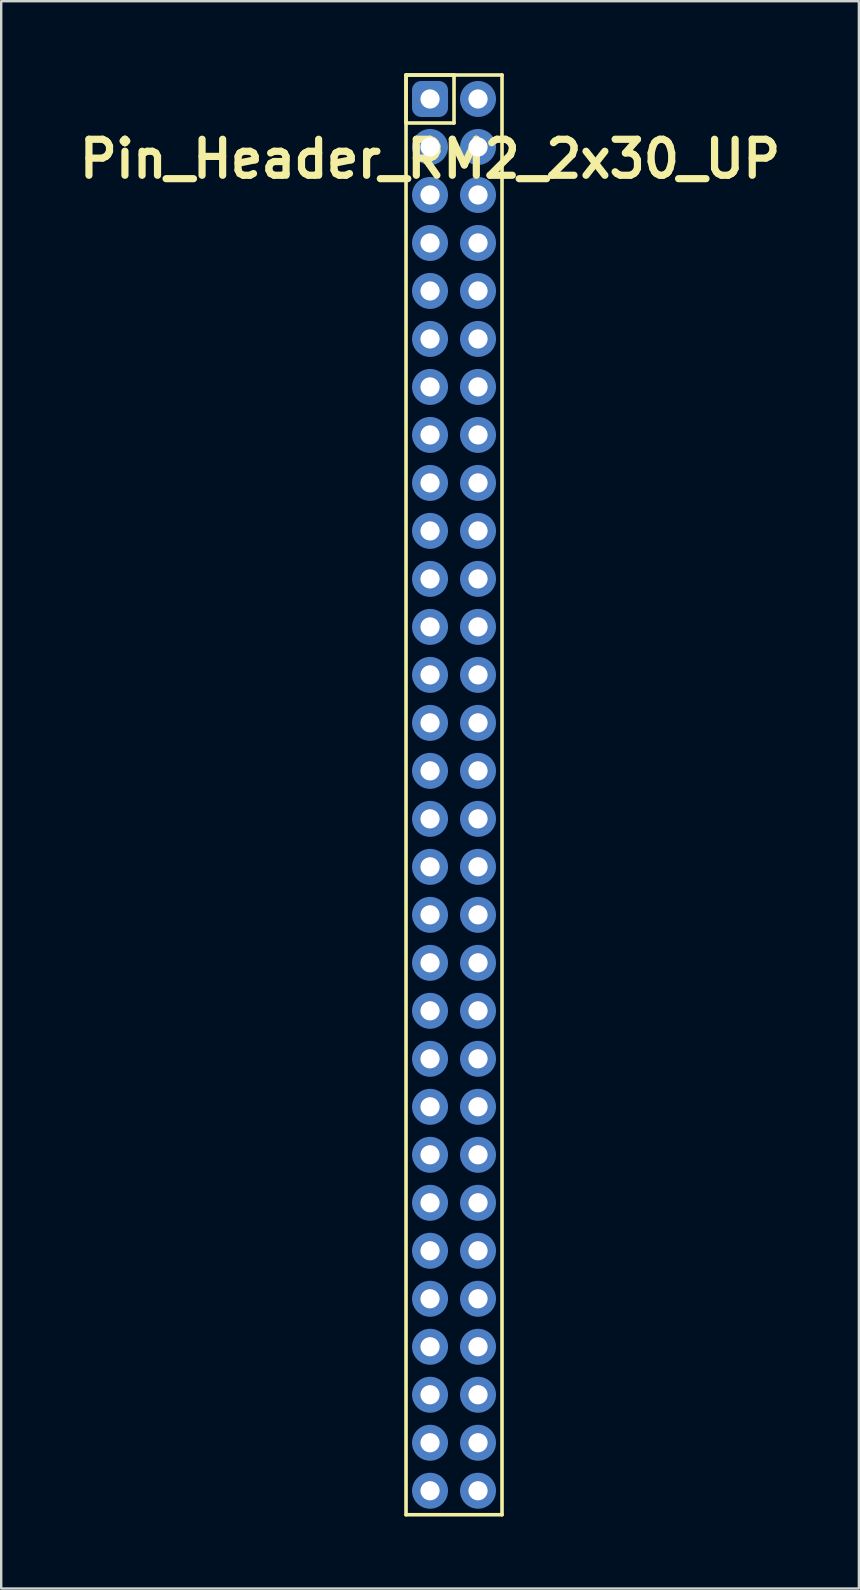
<source format=kicad_pcb>
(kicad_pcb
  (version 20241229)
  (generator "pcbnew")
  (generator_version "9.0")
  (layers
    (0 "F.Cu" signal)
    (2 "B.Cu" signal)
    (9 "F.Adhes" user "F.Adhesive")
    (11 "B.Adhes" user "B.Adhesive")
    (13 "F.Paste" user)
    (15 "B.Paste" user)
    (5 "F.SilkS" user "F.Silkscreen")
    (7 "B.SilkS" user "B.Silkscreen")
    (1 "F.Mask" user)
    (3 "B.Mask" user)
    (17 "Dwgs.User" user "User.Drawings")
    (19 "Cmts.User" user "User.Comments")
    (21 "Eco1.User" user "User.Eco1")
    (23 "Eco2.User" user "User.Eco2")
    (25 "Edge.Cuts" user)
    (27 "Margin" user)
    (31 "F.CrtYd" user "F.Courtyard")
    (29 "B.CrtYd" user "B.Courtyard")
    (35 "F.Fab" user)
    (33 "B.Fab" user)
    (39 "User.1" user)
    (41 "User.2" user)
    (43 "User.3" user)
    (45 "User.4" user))
  (footprint "Pin_Header_RM2_2x30_UP"
    (layer "F.Cu")
    (at 14.871 1.075)
    (property "Reference" "Pin_Header_RM2_2x30_UP" (at 0 2.5 0) (layer "F.SilkS") (effects (font (size 1.5 1.5) (thickness 0.3))))
    (attr through_hole)
    (fp_line (start -1 -1) (end 1 -1) (stroke (width 0.15) (type solid)) (layer "F.SilkS"))
    (fp_line (start -1 -1) (end 3 -1) (stroke (width 0.15) (type solid)) (layer "F.SilkS"))
    (fp_line (start -1 1) (end -1 -1) (stroke (width 0.15) (type solid)) (layer "F.SilkS"))
    (fp_line (start -1 59) (end -1 -1) (stroke (width 0.15) (type solid)) (layer "F.SilkS"))
    (fp_line (start 1 -1) (end 1 1) (stroke (width 0.15) (type solid)) (layer "F.SilkS"))
    (fp_line (start 1 1) (end -1 1) (stroke (width 0.15) (type solid)) (layer "F.SilkS"))
    (fp_line (start 3 -1) (end 3 59) (stroke (width 0.15) (type solid)) (layer "F.SilkS"))
    (fp_line (start 3 59) (end -1 59) (stroke (width 0.15) (type solid)) (layer "F.SilkS"))
    (pad "1" thru_hole circle (at 0 0) (size 1.1 1.1) (drill 0.8) (layers "*.Cu" "*.Mask"))
    (pad "1" smd roundrect (at 0 0) (size 1.25 1.25) (layers "F.Cu" "F.Mask") (roundrect_rratio 0.25))
    (pad "1" smd roundrect (at 0 0) (size 1.5 1.5) (layers "B.Cu" "B.Mask") (roundrect_rratio 0.25))
    (pad "2" thru_hole circle (at 2 0) (size 1.1 1.1) (drill 0.8) (layers "*.Cu" "*.Mask"))
    (pad "2" smd circle (at 2 0) (size 1.25 1.25) (layers "F.Cu" "F.Mask"))
    (pad "2" smd circle (at 2 0) (size 1.5 1.5) (layers "B.Cu" "B.Mask"))
    (pad "3" thru_hole circle (at 0 2) (size 1.1 1.1) (drill 0.8) (layers "*.Cu" "*.Mask"))
    (pad "3" smd circle (at 0 2) (size 1.25 1.25) (layers "F.Cu" "F.Mask"))
    (pad "3" smd circle (at 0 2) (size 1.5 1.5) (layers "B.Cu" "B.Mask"))
    (pad "4" thru_hole circle (at 2 2) (size 1.1 1.1) (drill 0.8) (layers "*.Cu" "*.Mask"))
    (pad "4" smd circle (at 2 2) (size 1.25 1.25) (layers "F.Cu" "F.Mask"))
    (pad "4" smd circle (at 2 2) (size 1.5 1.5) (layers "B.Cu" "B.Mask"))
    (pad "5" thru_hole circle (at 0 4) (size 1.1 1.1) (drill 0.8) (layers "*.Cu" "*.Mask"))
    (pad "5" smd circle (at 0 4) (size 1.25 1.25) (layers "F.Cu" "F.Mask"))
    (pad "5" smd circle (at 0 4) (size 1.5 1.5) (layers "B.Cu" "B.Mask"))
    (pad "6" thru_hole circle (at 2 4) (size 1.1 1.1) (drill 0.8) (layers "*.Cu" "*.Mask"))
    (pad "6" smd circle (at 2 4) (size 1.25 1.25) (layers "F.Cu" "F.Mask"))
    (pad "6" smd circle (at 2 4) (size 1.5 1.5) (layers "B.Cu" "B.Mask"))
    (pad "7" thru_hole circle (at 0 6) (size 1.1 1.1) (drill 0.8) (layers "*.Cu" "*.Mask"))
    (pad "7" smd circle (at 0 6) (size 1.25 1.25) (layers "F.Cu" "F.Mask"))
    (pad "7" smd circle (at 0 6) (size 1.5 1.5) (layers "B.Cu" "B.Mask"))
    (pad "8" thru_hole circle (at 2 6) (size 1.1 1.1) (drill 0.8) (layers "*.Cu" "*.Mask"))
    (pad "8" smd circle (at 2 6) (size 1.25 1.25) (layers "F.Cu" "F.Mask"))
    (pad "8" smd circle (at 2 6) (size 1.5 1.5) (layers "B.Cu" "B.Mask"))
    (pad "9" thru_hole circle (at 0 8) (size 1.1 1.1) (drill 0.8) (layers "*.Cu" "*.Mask"))
    (pad "9" smd circle (at 0 8) (size 1.25 1.25) (layers "F.Cu" "F.Mask"))
    (pad "9" smd circle (at 0 8) (size 1.5 1.5) (layers "B.Cu" "B.Mask"))
    (pad "10" thru_hole circle (at 2 8) (size 1.1 1.1) (drill 0.8) (layers "*.Cu" "*.Mask"))
    (pad "10" smd circle (at 2 8) (size 1.25 1.25) (layers "F.Cu" "F.Mask"))
    (pad "10" smd circle (at 2 8) (size 1.5 1.5) (layers "B.Cu" "B.Mask"))
    (pad "11" thru_hole circle (at 0 10) (size 1.1 1.1) (drill 0.8) (layers "*.Cu" "*.Mask"))
    (pad "11" smd circle (at 0 10) (size 1.25 1.25) (layers "F.Cu" "F.Mask"))
    (pad "11" smd circle (at 0 10) (size 1.5 1.5) (layers "B.Cu" "B.Mask"))
    (pad "12" thru_hole circle (at 2 10) (size 1.1 1.1) (drill 0.8) (layers "*.Cu" "*.Mask"))
    (pad "12" smd circle (at 2 10) (size 1.25 1.25) (layers "F.Cu" "F.Mask"))
    (pad "12" smd circle (at 2 10) (size 1.5 1.5) (layers "B.Cu" "B.Mask"))
    (pad "13" thru_hole circle (at 0 12) (size 1.1 1.1) (drill 0.8) (layers "*.Cu" "*.Mask"))
    (pad "13" smd circle (at 0 12) (size 1.25 1.25) (layers "F.Cu" "F.Mask"))
    (pad "13" smd circle (at 0 12) (size 1.5 1.5) (layers "B.Cu" "B.Mask"))
    (pad "14" thru_hole circle (at 2 12) (size 1.1 1.1) (drill 0.8) (layers "*.Cu" "*.Mask"))
    (pad "14" smd circle (at 2 12) (size 1.25 1.25) (layers "F.Cu" "F.Mask"))
    (pad "14" smd circle (at 2 12) (size 1.5 1.5) (layers "B.Cu" "B.Mask"))
    (pad "15" thru_hole circle (at 0 14) (size 1.1 1.1) (drill 0.8) (layers "*.Cu" "*.Mask"))
    (pad "15" smd circle (at 0 14) (size 1.25 1.25) (layers "F.Cu" "F.Mask"))
    (pad "15" smd circle (at 0 14) (size 1.5 1.5) (layers "B.Cu" "B.Mask"))
    (pad "16" thru_hole circle (at 2 14) (size 1.1 1.1) (drill 0.8) (layers "*.Cu" "*.Mask"))
    (pad "16" smd circle (at 2 14) (size 1.25 1.25) (layers "F.Cu" "F.Mask"))
    (pad "16" smd circle (at 2 14) (size 1.5 1.5) (layers "B.Cu" "B.Mask"))
    (pad "17" thru_hole circle (at 0 16) (size 1.1 1.1) (drill 0.8) (layers "*.Cu" "*.Mask"))
    (pad "17" smd circle (at 0 16) (size 1.25 1.25) (layers "F.Cu" "F.Mask"))
    (pad "17" smd circle (at 0 16) (size 1.5 1.5) (layers "B.Cu" "B.Mask"))
    (pad "18" thru_hole circle (at 2 16) (size 1.1 1.1) (drill 0.8) (layers "*.Cu" "*.Mask"))
    (pad "18" smd circle (at 2 16) (size 1.25 1.25) (layers "F.Cu" "F.Mask"))
    (pad "18" smd circle (at 2 16) (size 1.5 1.5) (layers "B.Cu" "B.Mask"))
    (pad "19" thru_hole circle (at 0 18) (size 1.1 1.1) (drill 0.8) (layers "*.Cu" "*.Mask"))
    (pad "19" smd circle (at 0 18) (size 1.25 1.25) (layers "F.Cu" "F.Mask"))
    (pad "19" smd circle (at 0 18) (size 1.5 1.5) (layers "B.Cu" "B.Mask"))
    (pad "20" thru_hole circle (at 2 18) (size 1.1 1.1) (drill 0.8) (layers "*.Cu" "*.Mask"))
    (pad "20" smd circle (at 2 18) (size 1.25 1.25) (layers "F.Cu" "F.Mask"))
    (pad "20" smd circle (at 2 18) (size 1.5 1.5) (layers "B.Cu" "B.Mask"))
    (pad "21" thru_hole circle (at 0 20) (size 1.1 1.1) (drill 0.8) (layers "*.Cu" "*.Mask"))
    (pad "21" smd circle (at 0 20) (size 1.25 1.25) (layers "F.Cu" "F.Mask"))
    (pad "21" smd circle (at 0 20) (size 1.5 1.5) (layers "B.Cu" "B.Mask"))
    (pad "22" thru_hole circle (at 2 20) (size 1.1 1.1) (drill 0.8) (layers "*.Cu" "*.Mask"))
    (pad "22" smd circle (at 2 20) (size 1.25 1.25) (layers "F.Cu" "F.Mask"))
    (pad "22" smd circle (at 2 20) (size 1.5 1.5) (layers "B.Cu" "B.Mask"))
    (pad "23" thru_hole circle (at 0 22) (size 1.1 1.1) (drill 0.8) (layers "*.Cu" "*.Mask"))
    (pad "23" smd circle (at 0 22) (size 1.25 1.25) (layers "F.Cu" "F.Mask"))
    (pad "23" smd circle (at 0 22) (size 1.5 1.5) (layers "B.Cu" "B.Mask"))
    (pad "24" thru_hole circle (at 2 22) (size 1.1 1.1) (drill 0.8) (layers "*.Cu" "*.Mask"))
    (pad "24" smd circle (at 2 22) (size 1.25 1.25) (layers "F.Cu" "F.Mask"))
    (pad "24" smd circle (at 2 22) (size 1.5 1.5) (layers "B.Cu" "B.Mask"))
    (pad "25" thru_hole circle (at 0 24) (size 1.1 1.1) (drill 0.8) (layers "*.Cu" "*.Mask"))
    (pad "25" smd circle (at 0 24) (size 1.25 1.25) (layers "F.Cu" "F.Mask"))
    (pad "25" smd circle (at 0 24) (size 1.5 1.5) (layers "B.Cu" "B.Mask"))
    (pad "26" thru_hole circle (at 2 24) (size 1.1 1.1) (drill 0.8) (layers "*.Cu" "*.Mask"))
    (pad "26" smd circle (at 2 24) (size 1.25 1.25) (layers "F.Cu" "F.Mask"))
    (pad "26" smd circle (at 2 24) (size 1.5 1.5) (layers "B.Cu" "B.Mask"))
    (pad "27" thru_hole circle (at 0 26) (size 1.1 1.1) (drill 0.8) (layers "*.Cu" "*.Mask"))
    (pad "27" smd circle (at 0 26) (size 1.25 1.25) (layers "F.Cu" "F.Mask"))
    (pad "27" smd circle (at 0 26) (size 1.5 1.5) (layers "B.Cu" "B.Mask"))
    (pad "28" thru_hole circle (at 2 26) (size 1.1 1.1) (drill 0.8) (layers "*.Cu" "*.Mask"))
    (pad "28" smd circle (at 2 26) (size 1.25 1.25) (layers "F.Cu" "F.Mask"))
    (pad "28" smd circle (at 2 26) (size 1.5 1.5) (layers "B.Cu" "B.Mask"))
    (pad "29" thru_hole circle (at 0 28) (size 1.1 1.1) (drill 0.8) (layers "*.Cu" "*.Mask"))
    (pad "29" smd circle (at 0 28) (size 1.25 1.25) (layers "F.Cu" "F.Mask"))
    (pad "29" smd circle (at 0 28) (size 1.5 1.5) (layers "B.Cu" "B.Mask"))
    (pad "30" thru_hole circle (at 2 28) (size 1.1 1.1) (drill 0.8) (layers "*.Cu" "*.Mask"))
    (pad "30" smd circle (at 2 28) (size 1.25 1.25) (layers "F.Cu" "F.Mask"))
    (pad "30" smd circle (at 2 28) (size 1.5 1.5) (layers "B.Cu" "B.Mask"))
    (pad "31" thru_hole circle (at 0 30) (size 1.1 1.1) (drill 0.8) (layers "*.Cu" "*.Mask"))
    (pad "31" smd circle (at 0 30) (size 1.25 1.25) (layers "F.Cu" "F.Mask"))
    (pad "31" smd circle (at 0 30) (size 1.5 1.5) (layers "B.Cu" "B.Mask"))
    (pad "32" thru_hole circle (at 2 30) (size 1.1 1.1) (drill 0.8) (layers "*.Cu" "*.Mask"))
    (pad "32" smd circle (at 2 30) (size 1.25 1.25) (layers "F.Cu" "F.Mask"))
    (pad "32" smd circle (at 2 30) (size 1.5 1.5) (layers "B.Cu" "B.Mask"))
    (pad "33" thru_hole circle (at 0 32) (size 1.1 1.1) (drill 0.8) (layers "*.Cu" "*.Mask"))
    (pad "33" smd circle (at 0 32) (size 1.25 1.25) (layers "F.Cu" "F.Mask"))
    (pad "33" smd circle (at 0 32) (size 1.5 1.5) (layers "B.Cu" "B.Mask"))
    (pad "34" thru_hole circle (at 2 32) (size 1.1 1.1) (drill 0.8) (layers "*.Cu" "*.Mask"))
    (pad "34" smd circle (at 2 32) (size 1.25 1.25) (layers "F.Cu" "F.Mask"))
    (pad "34" smd circle (at 2 32) (size 1.5 1.5) (layers "B.Cu" "B.Mask"))
    (pad "35" thru_hole circle (at 0 34) (size 1.1 1.1) (drill 0.8) (layers "*.Cu" "*.Mask"))
    (pad "35" smd circle (at 0 34) (size 1.25 1.25) (layers "F.Cu" "F.Mask"))
    (pad "35" smd circle (at 0 34) (size 1.5 1.5) (layers "B.Cu" "B.Mask"))
    (pad "36" thru_hole circle (at 2 34) (size 1.1 1.1) (drill 0.8) (layers "*.Cu" "*.Mask"))
    (pad "36" smd circle (at 2 34) (size 1.25 1.25) (layers "F.Cu" "F.Mask"))
    (pad "36" smd circle (at 2 34) (size 1.5 1.5) (layers "B.Cu" "B.Mask"))
    (pad "37" thru_hole circle (at 0 36) (size 1.1 1.1) (drill 0.8) (layers "*.Cu" "*.Mask"))
    (pad "37" smd circle (at 0 36) (size 1.25 1.25) (layers "F.Cu" "F.Mask"))
    (pad "37" smd circle (at 0 36) (size 1.5 1.5) (layers "B.Cu" "B.Mask"))
    (pad "38" thru_hole circle (at 2 36) (size 1.1 1.1) (drill 0.8) (layers "*.Cu" "*.Mask"))
    (pad "38" smd circle (at 2 36) (size 1.25 1.25) (layers "F.Cu" "F.Mask"))
    (pad "38" smd circle (at 2 36) (size 1.5 1.5) (layers "B.Cu" "B.Mask"))
    (pad "39" thru_hole circle (at 0 38) (size 1.1 1.1) (drill 0.8) (layers "*.Cu" "*.Mask"))
    (pad "39" smd circle (at 0 38) (size 1.25 1.25) (layers "F.Cu" "F.Mask"))
    (pad "39" smd circle (at 0 38) (size 1.5 1.5) (layers "B.Cu" "B.Mask"))
    (pad "40" thru_hole circle (at 2 38) (size 1.1 1.1) (drill 0.8) (layers "*.Cu" "*.Mask"))
    (pad "40" smd circle (at 2 38) (size 1.25 1.25) (layers "F.Cu" "F.Mask"))
    (pad "40" smd circle (at 2 38) (size 1.5 1.5) (layers "B.Cu" "B.Mask"))
    (pad "41" thru_hole circle (at 0 40) (size 1.1 1.1) (drill 0.8) (layers "*.Cu" "*.Mask"))
    (pad "41" smd circle (at 0 40) (size 1.25 1.25) (layers "F.Cu" "F.Mask"))
    (pad "41" smd circle (at 0 40) (size 1.5 1.5) (layers "B.Cu" "B.Mask"))
    (pad "42" thru_hole circle (at 2 40) (size 1.1 1.1) (drill 0.8) (layers "*.Cu" "*.Mask"))
    (pad "42" smd circle (at 2 40) (size 1.25 1.25) (layers "F.Cu" "F.Mask"))
    (pad "42" smd circle (at 2 40) (size 1.5 1.5) (layers "B.Cu" "B.Mask"))
    (pad "43" thru_hole circle (at 0 42) (size 1.1 1.1) (drill 0.8) (layers "*.Cu" "*.Mask"))
    (pad "43" smd circle (at 0 42) (size 1.25 1.25) (layers "F.Cu" "F.Mask"))
    (pad "43" smd circle (at 0 42) (size 1.5 1.5) (layers "B.Cu" "B.Mask"))
    (pad "44" thru_hole circle (at 2 42) (size 1.1 1.1) (drill 0.8) (layers "*.Cu" "*.Mask"))
    (pad "44" smd circle (at 2 42) (size 1.25 1.25) (layers "F.Cu" "F.Mask"))
    (pad "44" smd circle (at 2 42) (size 1.5 1.5) (layers "B.Cu" "B.Mask"))
    (pad "45" thru_hole circle (at 0 44) (size 1.1 1.1) (drill 0.8) (layers "*.Cu" "*.Mask"))
    (pad "45" smd circle (at 0 44) (size 1.25 1.25) (layers "F.Cu" "F.Mask"))
    (pad "45" smd circle (at 0 44) (size 1.5 1.5) (layers "B.Cu" "B.Mask"))
    (pad "46" thru_hole circle (at 2 44) (size 1.1 1.1) (drill 0.8) (layers "*.Cu" "*.Mask"))
    (pad "46" smd circle (at 2 44) (size 1.25 1.25) (layers "F.Cu" "F.Mask"))
    (pad "46" smd circle (at 2 44) (size 1.5 1.5) (layers "B.Cu" "B.Mask"))
    (pad "47" thru_hole circle (at 0 46) (size 1.1 1.1) (drill 0.8) (layers "*.Cu" "*.Mask"))
    (pad "47" smd circle (at 0 46) (size 1.25 1.25) (layers "F.Cu" "F.Mask"))
    (pad "47" smd circle (at 0 46) (size 1.5 1.5) (layers "B.Cu" "B.Mask"))
    (pad "48" thru_hole circle (at 2 46) (size 1.1 1.1) (drill 0.8) (layers "*.Cu" "*.Mask"))
    (pad "48" smd circle (at 2 46) (size 1.25 1.25) (layers "F.Cu" "F.Mask"))
    (pad "48" smd circle (at 2 46) (size 1.5 1.5) (layers "B.Cu" "B.Mask"))
    (pad "49" thru_hole circle (at 0 48) (size 1.1 1.1) (drill 0.8) (layers "*.Cu" "*.Mask"))
    (pad "49" smd circle (at 0 48) (size 1.25 1.25) (layers "F.Cu" "F.Mask"))
    (pad "49" smd circle (at 0 48) (size 1.5 1.5) (layers "B.Cu" "B.Mask"))
    (pad "50" thru_hole circle (at 2 48) (size 1.1 1.1) (drill 0.8) (layers "*.Cu" "*.Mask"))
    (pad "50" smd circle (at 2 48) (size 1.25 1.25) (layers "F.Cu" "F.Mask"))
    (pad "50" smd circle (at 2 48) (size 1.5 1.5) (layers "B.Cu" "B.Mask"))
    (pad "51" thru_hole circle (at 0 50) (size 1.1 1.1) (drill 0.8) (layers "*.Cu" "*.Mask"))
    (pad "51" smd circle (at 0 50) (size 1.25 1.25) (layers "F.Cu" "F.Mask"))
    (pad "51" smd circle (at 0 50) (size 1.5 1.5) (layers "B.Cu" "B.Mask"))
    (pad "52" thru_hole circle (at 2 50) (size 1.1 1.1) (drill 0.8) (layers "*.Cu" "*.Mask"))
    (pad "52" smd circle (at 2 50) (size 1.25 1.25) (layers "F.Cu" "F.Mask"))
    (pad "52" smd circle (at 2 50) (size 1.5 1.5) (layers "B.Cu" "B.Mask"))
    (pad "53" thru_hole circle (at 0 52) (size 1.1 1.1) (drill 0.8) (layers "*.Cu" "*.Mask"))
    (pad "53" smd circle (at 0 52) (size 1.25 1.25) (layers "F.Cu" "F.Mask"))
    (pad "53" smd circle (at 0 52) (size 1.5 1.5) (layers "B.Cu" "B.Mask"))
    (pad "54" thru_hole circle (at 2 52) (size 1.1 1.1) (drill 0.8) (layers "*.Cu" "*.Mask"))
    (pad "54" smd circle (at 2 52) (size 1.25 1.25) (layers "F.Cu" "F.Mask"))
    (pad "54" smd circle (at 2 52) (size 1.5 1.5) (layers "B.Cu" "B.Mask"))
    (pad "55" thru_hole circle (at 0 54) (size 1.1 1.1) (drill 0.8) (layers "*.Cu" "*.Mask"))
    (pad "55" smd circle (at 0 54) (size 1.25 1.25) (layers "F.Cu" "F.Mask"))
    (pad "55" smd circle (at 0 54) (size 1.5 1.5) (layers "B.Cu" "B.Mask"))
    (pad "56" thru_hole circle (at 2 54) (size 1.1 1.1) (drill 0.8) (layers "*.Cu" "*.Mask"))
    (pad "56" smd circle (at 2 54) (size 1.25 1.25) (layers "F.Cu" "F.Mask"))
    (pad "56" smd circle (at 2 54) (size 1.5 1.5) (layers "B.Cu" "B.Mask"))
    (pad "57" thru_hole circle (at 0 56) (size 1.1 1.1) (drill 0.8) (layers "*.Cu" "*.Mask"))
    (pad "57" smd circle (at 0 56) (size 1.25 1.25) (layers "F.Cu" "F.Mask"))
    (pad "57" smd circle (at 0 56) (size 1.5 1.5) (layers "B.Cu" "B.Mask"))
    (pad "58" thru_hole circle (at 2 56) (size 1.1 1.1) (drill 0.8) (layers "*.Cu" "*.Mask"))
    (pad "58" smd circle (at 2 56) (size 1.25 1.25) (layers "F.Cu" "F.Mask"))
    (pad "58" smd circle (at 2 56) (size 1.5 1.5) (layers "B.Cu" "B.Mask"))
    (pad "59" thru_hole circle (at 0 58) (size 1.1 1.1) (drill 0.8) (layers "*.Cu" "*.Mask"))
    (pad "59" smd circle (at 0 58) (size 1.25 1.25) (layers "F.Cu" "F.Mask"))
    (pad "59" smd circle (at 0 58) (size 1.5 1.5) (layers "B.Cu" "B.Mask"))
    (pad "60" thru_hole circle (at 2 58) (size 1.1 1.1) (drill 0.8) (layers "*.Cu" "*.Mask"))
    (pad "60" smd circle (at 2 58) (size 1.25 1.25) (layers "F.Cu" "F.Mask"))
    (pad "60" smd circle (at 2 58) (size 1.5 1.5) (layers "B.Cu" "B.Mask")))
  (gr_rect
    (start -3 -3)
    (end 32.743 63.15)
    (stroke (width 0.1) (type default))
    (fill no)
    (layer "Edge.Cuts")))
</source>
